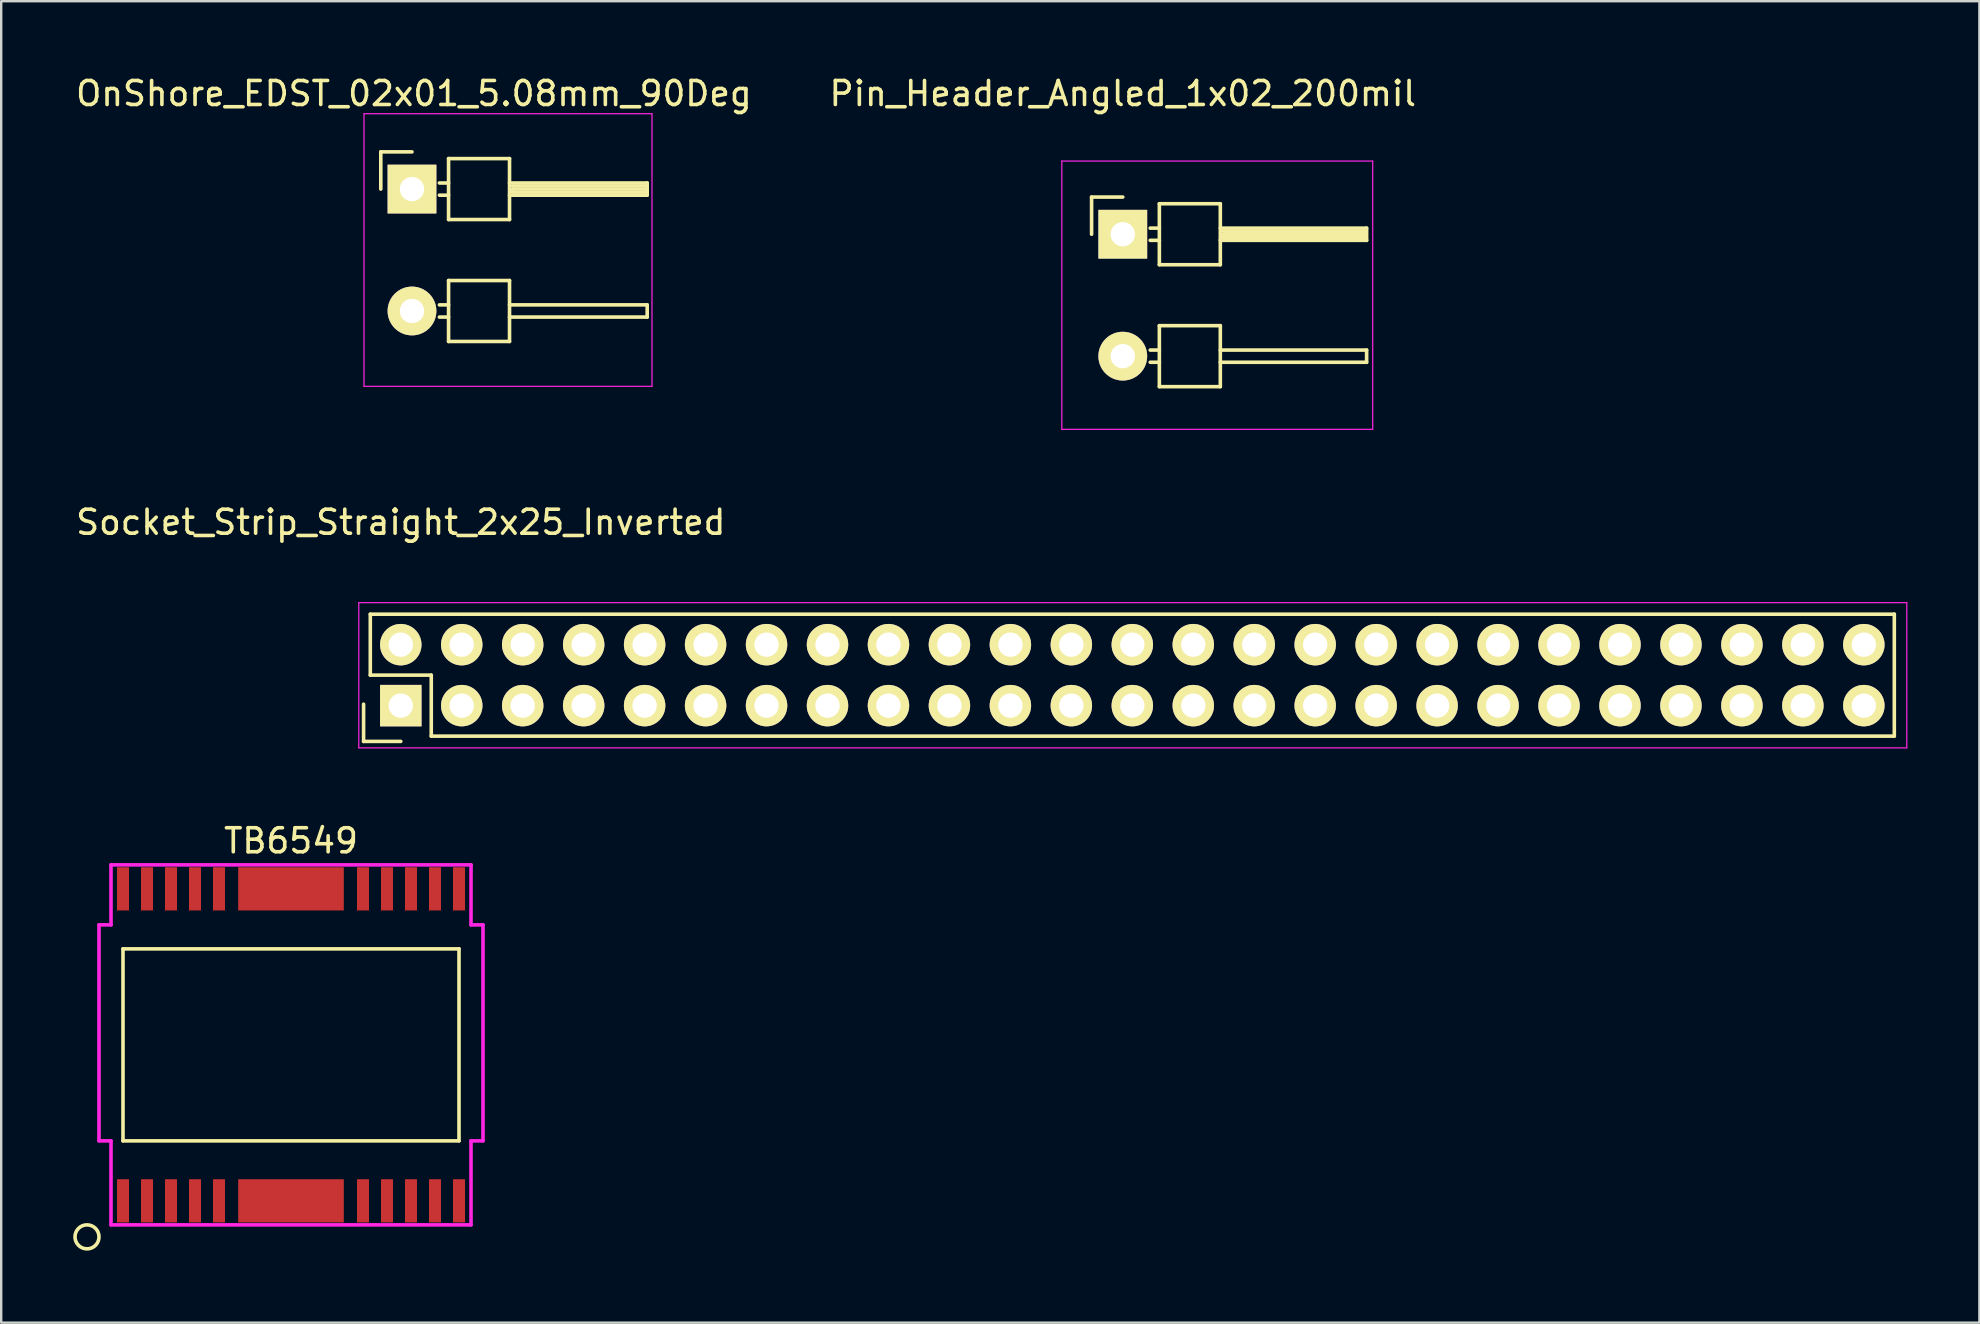
<source format=kicad_pcb>
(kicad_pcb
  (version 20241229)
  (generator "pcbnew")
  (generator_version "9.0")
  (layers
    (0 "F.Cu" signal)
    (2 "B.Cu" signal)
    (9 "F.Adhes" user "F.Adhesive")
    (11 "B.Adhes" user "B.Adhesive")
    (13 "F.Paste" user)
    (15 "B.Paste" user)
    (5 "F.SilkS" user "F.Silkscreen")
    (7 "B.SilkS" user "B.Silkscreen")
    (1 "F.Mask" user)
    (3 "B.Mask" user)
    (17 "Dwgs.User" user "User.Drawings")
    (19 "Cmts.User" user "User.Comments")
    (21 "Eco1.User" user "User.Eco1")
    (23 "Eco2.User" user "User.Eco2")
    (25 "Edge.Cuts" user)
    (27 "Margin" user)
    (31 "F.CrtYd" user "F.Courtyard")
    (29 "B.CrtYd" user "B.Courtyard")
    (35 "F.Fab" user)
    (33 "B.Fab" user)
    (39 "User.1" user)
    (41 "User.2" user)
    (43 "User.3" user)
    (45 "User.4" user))
  (footprint "Pin_Header_Angled_1x02_200mil"
    (layer "F.Cu")
    (at 43.732 9.25)
    (property "Reference" "Pin_Header_Angled_1x02_200mil" (at 0 -8.402 0) (layer "F.SilkS") (effects (font (size 1 1) (thickness 0.15))))
    (attr through_hole)
    (fp_line (start -1.3 -4.09) (end -1.3 -2.54) (stroke (width 0.15) (type solid)) (layer "F.SilkS"))
    (fp_line (start 0 -4.09) (end -1.3 -4.09) (stroke (width 0.15) (type solid)) (layer "F.SilkS"))
    (fp_line (start 1.524 -3.81) (end 1.524 -1.27) (stroke (width 0.15) (type solid)) (layer "F.SilkS"))
    (fp_line (start 1.524 -3.81) (end 4.064 -3.81) (stroke (width 0.15) (type solid)) (layer "F.SilkS"))
    (fp_line (start 1.524 -2.794) (end 1.143 -2.794) (stroke (width 0.15) (type solid)) (layer "F.SilkS"))
    (fp_line (start 1.524 -2.286) (end 1.143 -2.286) (stroke (width 0.15) (type solid)) (layer "F.SilkS"))
    (fp_line (start 1.524 -1.27) (end 4.064 -1.27) (stroke (width 0.15) (type solid)) (layer "F.SilkS"))
    (fp_line (start 1.524 1.27) (end 1.524 3.81) (stroke (width 0.15) (type solid)) (layer "F.SilkS"))
    (fp_line (start 1.524 1.27) (end 4.064 1.27) (stroke (width 0.15) (type solid)) (layer "F.SilkS"))
    (fp_line (start 1.524 2.286) (end 1.143 2.286) (stroke (width 0.15) (type solid)) (layer "F.SilkS"))
    (fp_line (start 1.524 2.794) (end 1.143 2.794) (stroke (width 0.15) (type solid)) (layer "F.SilkS"))
    (fp_line (start 1.524 3.81) (end 4.064 3.81) (stroke (width 0.15) (type solid)) (layer "F.SilkS"))
    (fp_line (start 4.064 -2.794) (end 10.16 -2.794) (stroke (width 0.15) (type solid)) (layer "F.SilkS"))
    (fp_line (start 4.064 -1.27) (end 4.064 -3.81) (stroke (width 0.15) (type solid)) (layer "F.SilkS"))
    (fp_line (start 4.064 2.286) (end 10.16 2.286) (stroke (width 0.15) (type solid)) (layer "F.SilkS"))
    (fp_line (start 4.064 3.81) (end 4.064 1.27) (stroke (width 0.15) (type solid)) (layer "F.SilkS"))
    (fp_line (start 4.191 -2.667) (end 10.033 -2.667) (stroke (width 0.15) (type solid)) (layer "F.SilkS"))
    (fp_line (start 4.191 -2.54) (end 10.033 -2.54) (stroke (width 0.15) (type solid)) (layer "F.SilkS"))
    (fp_line (start 4.191 -2.413) (end 4.191 -2.54) (stroke (width 0.15) (type solid)) (layer "F.SilkS"))
    (fp_line (start 10.033 -2.667) (end 10.033 -2.413) (stroke (width 0.15) (type solid)) (layer "F.SilkS"))
    (fp_line (start 10.033 -2.413) (end 4.191 -2.413) (stroke (width 0.15) (type solid)) (layer "F.SilkS"))
    (fp_line (start 10.16 -2.794) (end 10.16 -2.286) (stroke (width 0.15) (type solid)) (layer "F.SilkS"))
    (fp_line (start 10.16 -2.286) (end 4.064 -2.286) (stroke (width 0.15) (type solid)) (layer "F.SilkS"))
    (fp_line (start 10.16 2.286) (end 10.16 2.794) (stroke (width 0.15) (type solid)) (layer "F.SilkS"))
    (fp_line (start 10.16 2.794) (end 4.064 2.794) (stroke (width 0.15) (type solid)) (layer "F.SilkS"))
    (fp_line (start -2.54 -5.588) (end -2.54 5.588) (stroke (width 0.05) (type solid)) (layer "F.CrtYd"))
    (fp_line (start -2.54 -5.588) (end 10.414 -5.588) (stroke (width 0.05) (type solid)) (layer "F.CrtYd"))
    (fp_line (start -2.54 5.588) (end 10.414 5.588) (stroke (width 0.05) (type solid)) (layer "F.CrtYd"))
    (fp_line (start 10.414 -5.588) (end 10.414 5.588) (stroke (width 0.05) (type solid)) (layer "F.CrtYd"))
    (pad "1" thru_hole rect (at 0 -2.54) (size 2.032 2.032) (drill 1.016) (layers "*.Cu" "*.Mask" "F.SilkS"))
    (pad "2" thru_hole oval (at 0 2.54) (size 2.032 2.032) (drill 1.016) (layers "*.Cu" "*.Mask" "F.SilkS")))
  (footprint "TB6549"
    (layer "F.Cu")
    (at 9.075 39.985)
    (property "Reference" "TB6549" (at 0 -8 0) (layer "F.SilkS") (effects (font (size 1 1) (thickness 0.15))))
    (attr through_hole)
    (fp_line (start -7 -3.5) (end 7 -3.5) (stroke (width 0.15) (type solid)) (layer "F.SilkS"))
    (fp_line (start -7 4.5) (end -7 -3.5) (stroke (width 0.15) (type solid)) (layer "F.SilkS"))
    (fp_line (start 7 -3.5) (end 7 4.5) (stroke (width 0.15) (type solid)) (layer "F.SilkS"))
    (fp_line (start 7 4.5) (end -7 4.5) (stroke (width 0.15) (type solid)) (layer "F.SilkS"))
    (fp_circle (center -8.5 8.5) (end -8.5 8) (stroke (width 0.15) (type solid)) (fill no) (layer "F.SilkS"))
    (fp_line (start -8 4.5) (end -8 -4.5) (stroke (width 0.15) (type solid)) (layer "F.CrtYd"))
    (fp_line (start -7.5 -7) (end -7.5 -4.5) (stroke (width 0.15) (type solid)) (layer "F.CrtYd"))
    (fp_line (start -7.5 -7) (end 7.5 -7) (stroke (width 0.15) (type solid)) (layer "F.CrtYd"))
    (fp_line (start -7.5 -4.5) (end -8 -4.5) (stroke (width 0.15) (type solid)) (layer "F.CrtYd"))
    (fp_line (start -7.5 4.5) (end -8 4.5) (stroke (width 0.15) (type solid)) (layer "F.CrtYd"))
    (fp_line (start -7.5 8) (end -7.5 4.5) (stroke (width 0.15) (type solid)) (layer "F.CrtYd"))
    (fp_line (start 7.5 -7) (end 7.5 -4.5) (stroke (width 0.15) (type solid)) (layer "F.CrtYd"))
    (fp_line (start 7.5 -4.5) (end 8 -4.5) (stroke (width 0.15) (type solid)) (layer "F.CrtYd"))
    (fp_line (start 7.5 4.5) (end 7.5 8) (stroke (width 0.15) (type solid)) (layer "F.CrtYd"))
    (fp_line (start 7.5 8) (end -7.5 8) (stroke (width 0.15) (type solid)) (layer "F.CrtYd"))
    (fp_line (start 8 -4.5) (end 8 4.5) (stroke (width 0.15) (type solid)) (layer "F.CrtYd"))
    (fp_line (start 8 4.5) (end 7.5 4.5) (stroke (width 0.15) (type solid)) (layer "F.CrtYd"))
    (pad "1" smd rect (at -7 7) (size 0.5 1.8) (layers "F.Cu" "F.Mask" "F.Paste"))
    (pad "2" smd rect (at -6 7) (size 0.5 1.8) (layers "F.Cu" "F.Mask" "F.Paste"))
    (pad "3" smd rect (at -5 7) (size 0.5 1.8) (layers "F.Cu" "F.Mask" "F.Paste"))
    (pad "4" smd rect (at -4 7) (size 0.5 1.8) (layers "F.Cu" "F.Mask" "F.Paste"))
    (pad "5" smd rect (at -3 7) (size 0.5 1.8) (layers "F.Cu" "F.Mask" "F.Paste"))
    (pad "6" smd rect (at 3 7) (size 0.5 1.8) (layers "F.Cu" "F.Mask" "F.Paste"))
    (pad "7" smd rect (at 4 7) (size 0.5 1.8) (layers "F.Cu" "F.Mask" "F.Paste"))
    (pad "8" smd rect (at 5 7) (size 0.5 1.8) (layers "F.Cu" "F.Mask" "F.Paste"))
    (pad "9" smd rect (at 6 7) (size 0.5 1.8) (layers "F.Cu" "F.Mask" "F.Paste"))
    (pad "10" smd rect (at 7 7) (size 0.5 1.8) (layers "F.Cu" "F.Mask" "F.Paste"))
    (pad "11" smd rect (at 7 -6) (size 0.5 1.8) (layers "F.Cu" "F.Mask" "F.Paste"))
    (pad "12" smd rect (at 6 -6) (size 0.5 1.8) (layers "F.Cu" "F.Mask" "F.Paste"))
    (pad "13" smd rect (at 5 -6) (size 0.5 1.8) (layers "F.Cu" "F.Mask" "F.Paste"))
    (pad "14" smd rect (at 4 -6) (size 0.5 1.8) (layers "F.Cu" "F.Mask" "F.Paste"))
    (pad "15" smd rect (at 3 -6) (size 0.5 1.8) (layers "F.Cu" "F.Mask" "F.Paste"))
    (pad "16" smd rect (at -3 -6) (size 0.5 1.8) (layers "F.Cu" "F.Mask" "F.Paste"))
    (pad "17" smd rect (at -4 -6) (size 0.5 1.8) (layers "F.Cu" "F.Mask" "F.Paste"))
    (pad "18" smd rect (at -5 -6) (size 0.5 1.8) (layers "F.Cu" "F.Mask" "F.Paste"))
    (pad "19" smd rect (at -6 -6) (size 0.5 1.8) (layers "F.Cu" "F.Mask" "F.Paste"))
    (pad "20" smd rect (at -7 -6) (size 0.5 1.8) (layers "F.Cu" "F.Mask" "F.Paste"))
    (pad "21" smd rect (at 0 7) (size 4.4 1.8) (layers "F.Cu" "F.Mask" "F.Paste"))
    (pad "22" smd rect (at 0 -6) (size 4.4 1.8) (layers "F.Cu" "F.Mask" "F.Paste")))
  (footprint "OnShore_EDST_02x01_5.08mm_90Deg"
    (layer "F.Cu")
    (at 14.116 7.368)
    (property "Reference" "OnShore_EDST_02x01_5.08mm_90Deg" (at 0.08 -6.52 0) (layer "F.SilkS") (effects (font (size 1 1) (thickness 0.15))))
    (attr through_hole)
    (fp_line (start -1.3 -4.09) (end -1.3 -2.54) (stroke (width 0.15) (type solid)) (layer "F.SilkS"))
    (fp_line (start 0 -4.09) (end -1.3 -4.09) (stroke (width 0.15) (type solid)) (layer "F.SilkS"))
    (fp_line (start 1.524 -3.81) (end 1.524 -1.27) (stroke (width 0.15) (type solid)) (layer "F.SilkS"))
    (fp_line (start 1.524 -3.81) (end 4.064 -3.81) (stroke (width 0.15) (type solid)) (layer "F.SilkS"))
    (fp_line (start 1.524 -2.794) (end 1.143 -2.794) (stroke (width 0.15) (type solid)) (layer "F.SilkS"))
    (fp_line (start 1.524 -2.286) (end 1.143 -2.286) (stroke (width 0.15) (type solid)) (layer "F.SilkS"))
    (fp_line (start 1.524 -1.27) (end 4.064 -1.27) (stroke (width 0.15) (type solid)) (layer "F.SilkS"))
    (fp_line (start 1.524 1.27) (end 1.524 3.81) (stroke (width 0.15) (type solid)) (layer "F.SilkS"))
    (fp_line (start 1.524 1.27) (end 4.064 1.27) (stroke (width 0.15) (type solid)) (layer "F.SilkS"))
    (fp_line (start 1.524 2.286) (end 1.143 2.286) (stroke (width 0.15) (type solid)) (layer "F.SilkS"))
    (fp_line (start 1.524 2.794) (end 1.143 2.794) (stroke (width 0.15) (type solid)) (layer "F.SilkS"))
    (fp_line (start 1.524 3.81) (end 4.064 3.81) (stroke (width 0.15) (type solid)) (layer "F.SilkS"))
    (fp_line (start 4.064 -2.794) (end 9.8 -2.794) (stroke (width 0.15) (type solid)) (layer "F.SilkS"))
    (fp_line (start 4.064 -1.27) (end 4.064 -3.81) (stroke (width 0.15) (type solid)) (layer "F.SilkS"))
    (fp_line (start 4.064 2.286) (end 9.8 2.286) (stroke (width 0.15) (type solid)) (layer "F.SilkS"))
    (fp_line (start 4.064 3.81) (end 4.064 1.27) (stroke (width 0.15) (type solid)) (layer "F.SilkS"))
    (fp_line (start 4.191 -2.667) (end 9.8 -2.667) (stroke (width 0.15) (type solid)) (layer "F.SilkS"))
    (fp_line (start 4.191 -2.54) (end 9.8 -2.54) (stroke (width 0.15) (type solid)) (layer "F.SilkS"))
    (fp_line (start 4.191 -2.413) (end 4.191 -2.54) (stroke (width 0.15) (type solid)) (layer "F.SilkS"))
    (fp_line (start 9.793 -2.667) (end 9.793 -2.413) (stroke (width 0.15) (type solid)) (layer "F.SilkS"))
    (fp_line (start 9.8 -2.794) (end 9.8 -2.286) (stroke (width 0.15) (type solid)) (layer "F.SilkS"))
    (fp_line (start 9.8 -2.413) (end 4.191 -2.413) (stroke (width 0.15) (type solid)) (layer "F.SilkS"))
    (fp_line (start 9.8 -2.286) (end 4.064 -2.286) (stroke (width 0.15) (type solid)) (layer "F.SilkS"))
    (fp_line (start 9.8 2.286) (end 9.8 2.794) (stroke (width 0.15) (type solid)) (layer "F.SilkS"))
    (fp_line (start 9.8 2.794) (end 4.064 2.794) (stroke (width 0.15) (type solid)) (layer "F.SilkS"))
    (fp_line (start -2 -5.68) (end -2 5.68) (stroke (width 0.05) (type solid)) (layer "F.CrtYd"))
    (fp_line (start -2 -5.68) (end 10 -5.68) (stroke (width 0.05) (type solid)) (layer "F.CrtYd"))
    (fp_line (start -2 5.68) (end 10 5.68) (stroke (width 0.05) (type solid)) (layer "F.CrtYd"))
    (fp_line (start 10 -5.68) (end 10 5.68) (stroke (width 0.05) (type solid)) (layer "F.CrtYd"))
    (pad "1" thru_hole rect (at 0 -2.54) (size 2.032 2.032) (drill 1.016) (layers "*.Cu" "*.Mask" "F.SilkS"))
    (pad "2" thru_hole oval (at 0 2.54) (size 2.032 2.032) (drill 1.016) (layers "*.Cu" "*.Mask" "F.SilkS")))
  (footprint "Socket_Strip_Straight_2x25_Inverted"
    (layer "F.Cu")
    (at 13.649 23.811)
    (property "Reference" "Socket_Strip_Straight_2x25_Inverted" (at 0 -5.1 0) (layer "F.SilkS") (effects (font (size 1 1) (thickness 0.15))))
    (attr through_hole)
    (fp_line (start -1.55 2.48) (end -1.55 4.03) (stroke (width 0.15) (type solid)) (layer "F.SilkS"))
    (fp_line (start -1.27 1.27) (end -1.27 -1.27) (stroke (width 0.15) (type solid)) (layer "F.SilkS"))
    (fp_line (start -1.27 1.27) (end 1.27 1.27) (stroke (width 0.15) (type solid)) (layer "F.SilkS"))
    (fp_line (start 0 4.03) (end -1.55 4.03) (stroke (width 0.15) (type solid)) (layer "F.SilkS"))
    (fp_line (start 1.27 3.81) (end 1.27 1.27) (stroke (width 0.15) (type solid)) (layer "F.SilkS"))
    (fp_line (start 1.27 3.81) (end 62.23 3.81) (stroke (width 0.15) (type solid)) (layer "F.SilkS"))
    (fp_line (start 62.23 -1.27) (end -1.27 -1.27) (stroke (width 0.15) (type solid)) (layer "F.SilkS"))
    (fp_line (start 62.23 3.81) (end 62.23 -1.27) (stroke (width 0.15) (type solid)) (layer "F.SilkS"))
    (fp_line (start -1.75 -1.75) (end -1.75 4.3) (stroke (width 0.05) (type solid)) (layer "F.CrtYd"))
    (fp_line (start -1.75 -1.75) (end 62.75 -1.75) (stroke (width 0.05) (type solid)) (layer "F.CrtYd"))
    (fp_line (start -1.75 4.3) (end 62.75 4.3) (stroke (width 0.05) (type solid)) (layer "F.CrtYd"))
    (fp_line (start 62.75 -1.75) (end 62.75 4.3) (stroke (width 0.05) (type solid)) (layer "F.CrtYd"))
    (pad "1" thru_hole rect (at 0 2.54) (size 1.727 1.727) (drill 1.016) (layers "*.Cu" "*.Mask" "F.SilkS"))
    (pad "2" thru_hole oval (at 0 0) (size 1.727 1.727) (drill 1.016) (layers "*.Cu" "*.Mask" "F.SilkS"))
    (pad "3" thru_hole oval (at 2.54 2.54) (size 1.727 1.727) (drill 1.016) (layers "*.Cu" "*.Mask" "F.SilkS"))
    (pad "4" thru_hole oval (at 2.54 0) (size 1.727 1.727) (drill 1.016) (layers "*.Cu" "*.Mask" "F.SilkS"))
    (pad "5" thru_hole oval (at 5.08 2.54) (size 1.727 1.727) (drill 1.016) (layers "*.Cu" "*.Mask" "F.SilkS"))
    (pad "6" thru_hole oval (at 5.08 0) (size 1.727 1.727) (drill 1.016) (layers "*.Cu" "*.Mask" "F.SilkS"))
    (pad "7" thru_hole oval (at 7.62 2.54) (size 1.727 1.727) (drill 1.016) (layers "*.Cu" "*.Mask" "F.SilkS"))
    (pad "8" thru_hole oval (at 7.62 0) (size 1.727 1.727) (drill 1.016) (layers "*.Cu" "*.Mask" "F.SilkS"))
    (pad "9" thru_hole oval (at 10.16 2.54) (size 1.727 1.727) (drill 1.016) (layers "*.Cu" "*.Mask" "F.SilkS"))
    (pad "10" thru_hole oval (at 10.16 0) (size 1.727 1.727) (drill 1.016) (layers "*.Cu" "*.Mask" "F.SilkS"))
    (pad "11" thru_hole oval (at 12.7 2.54) (size 1.727 1.727) (drill 1.016) (layers "*.Cu" "*.Mask" "F.SilkS"))
    (pad "12" thru_hole oval (at 12.7 0) (size 1.727 1.727) (drill 1.016) (layers "*.Cu" "*.Mask" "F.SilkS"))
    (pad "13" thru_hole oval (at 15.24 2.54) (size 1.727 1.727) (drill 1.016) (layers "*.Cu" "*.Mask" "F.SilkS"))
    (pad "14" thru_hole oval (at 15.24 0) (size 1.727 1.727) (drill 1.016) (layers "*.Cu" "*.Mask" "F.SilkS"))
    (pad "15" thru_hole oval (at 17.78 2.54) (size 1.727 1.727) (drill 1.016) (layers "*.Cu" "*.Mask" "F.SilkS"))
    (pad "16" thru_hole oval (at 17.78 0) (size 1.727 1.727) (drill 1.016) (layers "*.Cu" "*.Mask" "F.SilkS"))
    (pad "17" thru_hole oval (at 20.32 2.54) (size 1.727 1.727) (drill 1.016) (layers "*.Cu" "*.Mask" "F.SilkS"))
    (pad "18" thru_hole oval (at 20.32 0) (size 1.727 1.727) (drill 1.016) (layers "*.Cu" "*.Mask" "F.SilkS"))
    (pad "19" thru_hole oval (at 22.86 2.54) (size 1.727 1.727) (drill 1.016) (layers "*.Cu" "*.Mask" "F.SilkS"))
    (pad "20" thru_hole oval (at 22.86 0) (size 1.727 1.727) (drill 1.016) (layers "*.Cu" "*.Mask" "F.SilkS"))
    (pad "21" thru_hole oval (at 25.4 2.54) (size 1.727 1.727) (drill 1.016) (layers "*.Cu" "*.Mask" "F.SilkS"))
    (pad "22" thru_hole oval (at 25.4 0) (size 1.727 1.727) (drill 1.016) (layers "*.Cu" "*.Mask" "F.SilkS"))
    (pad "23" thru_hole oval (at 27.94 2.54) (size 1.727 1.727) (drill 1.016) (layers "*.Cu" "*.Mask" "F.SilkS"))
    (pad "24" thru_hole oval (at 27.94 0) (size 1.727 1.727) (drill 1.016) (layers "*.Cu" "*.Mask" "F.SilkS"))
    (pad "25" thru_hole oval (at 30.48 2.54) (size 1.727 1.727) (drill 1.016) (layers "*.Cu" "*.Mask" "F.SilkS"))
    (pad "26" thru_hole oval (at 30.48 0) (size 1.727 1.727) (drill 1.016) (layers "*.Cu" "*.Mask" "F.SilkS"))
    (pad "27" thru_hole oval (at 33.02 2.54) (size 1.727 1.727) (drill 1.016) (layers "*.Cu" "*.Mask" "F.SilkS"))
    (pad "28" thru_hole oval (at 33.02 0) (size 1.727 1.727) (drill 1.016) (layers "*.Cu" "*.Mask" "F.SilkS"))
    (pad "29" thru_hole oval (at 35.56 2.54) (size 1.727 1.727) (drill 1.016) (layers "*.Cu" "*.Mask" "F.SilkS"))
    (pad "30" thru_hole oval (at 35.56 0) (size 1.727 1.727) (drill 1.016) (layers "*.Cu" "*.Mask" "F.SilkS"))
    (pad "31" thru_hole oval (at 38.1 2.54) (size 1.727 1.727) (drill 1.016) (layers "*.Cu" "*.Mask" "F.SilkS"))
    (pad "32" thru_hole oval (at 38.1 0) (size 1.727 1.727) (drill 1.016) (layers "*.Cu" "*.Mask" "F.SilkS"))
    (pad "33" thru_hole oval (at 40.64 2.54) (size 1.727 1.727) (drill 1.016) (layers "*.Cu" "*.Mask" "F.SilkS"))
    (pad "34" thru_hole oval (at 40.64 0) (size 1.727 1.727) (drill 1.016) (layers "*.Cu" "*.Mask" "F.SilkS"))
    (pad "35" thru_hole oval (at 43.18 2.54) (size 1.727 1.727) (drill 1.016) (layers "*.Cu" "*.Mask" "F.SilkS"))
    (pad "36" thru_hole oval (at 43.18 0) (size 1.727 1.727) (drill 1.016) (layers "*.Cu" "*.Mask" "F.SilkS"))
    (pad "37" thru_hole oval (at 45.72 2.54) (size 1.727 1.727) (drill 1.016) (layers "*.Cu" "*.Mask" "F.SilkS"))
    (pad "38" thru_hole oval (at 45.72 0) (size 1.727 1.727) (drill 1.016) (layers "*.Cu" "*.Mask" "F.SilkS"))
    (pad "39" thru_hole oval (at 48.26 2.54) (size 1.727 1.727) (drill 1.016) (layers "*.Cu" "*.Mask" "F.SilkS"))
    (pad "40" thru_hole oval (at 48.26 0) (size 1.727 1.727) (drill 1.016) (layers "*.Cu" "*.Mask" "F.SilkS"))
    (pad "41" thru_hole oval (at 50.8 2.54) (size 1.727 1.727) (drill 1.016) (layers "*.Cu" "*.Mask" "F.SilkS"))
    (pad "42" thru_hole oval (at 50.8 0) (size 1.727 1.727) (drill 1.016) (layers "*.Cu" "*.Mask" "F.SilkS"))
    (pad "43" thru_hole oval (at 53.34 2.54) (size 1.727 1.727) (drill 1.016) (layers "*.Cu" "*.Mask" "F.SilkS"))
    (pad "44" thru_hole oval (at 53.34 0) (size 1.727 1.727) (drill 1.016) (layers "*.Cu" "*.Mask" "F.SilkS"))
    (pad "45" thru_hole oval (at 55.88 2.54) (size 1.727 1.727) (drill 1.016) (layers "*.Cu" "*.Mask" "F.SilkS"))
    (pad "46" thru_hole oval (at 55.88 0) (size 1.727 1.727) (drill 1.016) (layers "*.Cu" "*.Mask" "F.SilkS"))
    (pad "47" thru_hole oval (at 58.42 2.54) (size 1.727 1.727) (drill 1.016) (layers "*.Cu" "*.Mask" "F.SilkS"))
    (pad "48" thru_hole oval (at 58.42 0) (size 1.727 1.727) (drill 1.016) (layers "*.Cu" "*.Mask" "F.SilkS"))
    (pad "49" thru_hole oval (at 60.96 2.54) (size 1.727 1.727) (drill 1.016) (layers "*.Cu" "*.Mask" "F.SilkS"))
    (pad "50" thru_hole oval (at 60.96 0) (size 1.727 1.727) (drill 1.016) (layers "*.Cu" "*.Mask" "F.SilkS")))
  (gr_rect
    (start -3 -3)
    (end 79.424 52.06)
    (stroke (width 0.1) (type default))
    (fill no)
    (layer "Edge.Cuts")))
</source>
